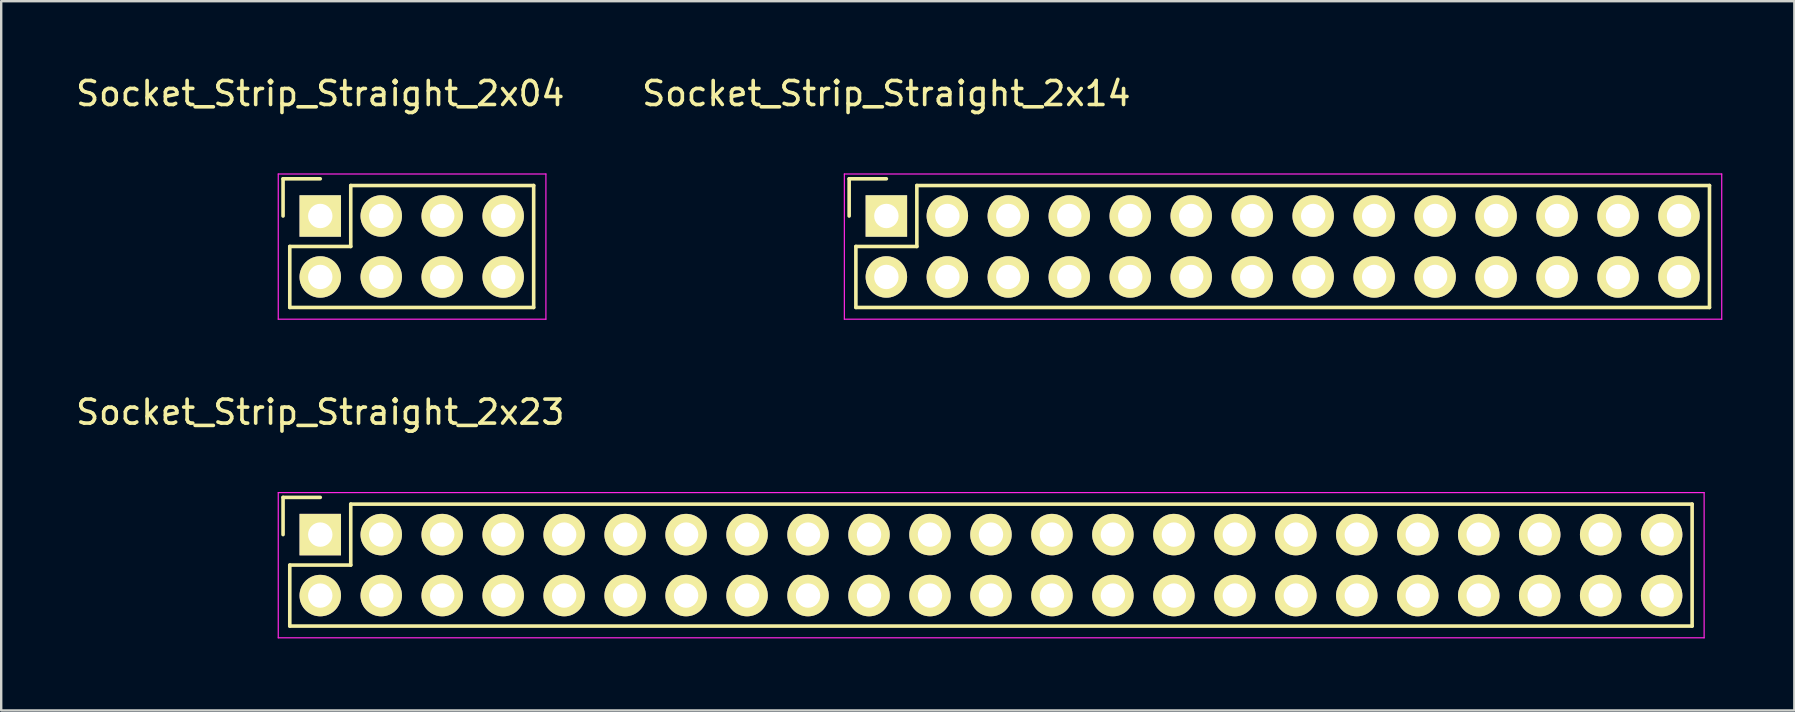
<source format=kicad_pcb>
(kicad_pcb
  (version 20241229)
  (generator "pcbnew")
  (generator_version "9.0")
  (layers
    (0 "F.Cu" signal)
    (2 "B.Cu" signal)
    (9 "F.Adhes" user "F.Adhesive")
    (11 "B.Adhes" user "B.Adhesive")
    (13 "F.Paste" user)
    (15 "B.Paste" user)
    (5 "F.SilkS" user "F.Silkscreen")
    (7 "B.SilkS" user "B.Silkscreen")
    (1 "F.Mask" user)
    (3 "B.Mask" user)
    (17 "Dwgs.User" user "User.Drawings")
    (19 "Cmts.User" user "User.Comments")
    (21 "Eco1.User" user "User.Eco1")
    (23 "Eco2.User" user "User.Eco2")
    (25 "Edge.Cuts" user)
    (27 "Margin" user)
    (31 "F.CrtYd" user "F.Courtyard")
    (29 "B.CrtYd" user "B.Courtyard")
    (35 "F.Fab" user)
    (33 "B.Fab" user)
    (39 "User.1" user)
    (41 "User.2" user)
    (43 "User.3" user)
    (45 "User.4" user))
  (footprint "Socket_Strip_Straight_2x14"
    (layer "F.Cu")
    (at 33.875 5.948)
    (property "Reference" "Socket_Strip_Straight_2x14" (at 0 -5.1 0) (layer "F.SilkS") (effects (font (size 1 1) (thickness 0.15))))
    (attr through_hole)
    (fp_line (start -1.55 -1.55) (end -1.55 0) (stroke (width 0.15) (type solid)) (layer "F.SilkS"))
    (fp_line (start -1.27 1.27) (end 1.27 1.27) (stroke (width 0.15) (type solid)) (layer "F.SilkS"))
    (fp_line (start -1.27 3.81) (end -1.27 1.27) (stroke (width 0.15) (type solid)) (layer "F.SilkS"))
    (fp_line (start 0 -1.55) (end -1.55 -1.55) (stroke (width 0.15) (type solid)) (layer "F.SilkS"))
    (fp_line (start 1.27 -1.27) (end 34.29 -1.27) (stroke (width 0.15) (type solid)) (layer "F.SilkS"))
    (fp_line (start 1.27 1.27) (end 1.27 -1.27) (stroke (width 0.15) (type solid)) (layer "F.SilkS"))
    (fp_line (start 34.29 3.81) (end -1.27 3.81) (stroke (width 0.15) (type solid)) (layer "F.SilkS"))
    (fp_line (start 34.29 3.81) (end 34.29 -1.27) (stroke (width 0.15) (type solid)) (layer "F.SilkS"))
    (fp_line (start -1.75 -1.75) (end -1.75 4.3) (stroke (width 0.05) (type solid)) (layer "F.CrtYd"))
    (fp_line (start -1.75 -1.75) (end 34.8 -1.75) (stroke (width 0.05) (type solid)) (layer "F.CrtYd"))
    (fp_line (start -1.75 4.3) (end 34.8 4.3) (stroke (width 0.05) (type solid)) (layer "F.CrtYd"))
    (fp_line (start 34.8 -1.75) (end 34.8 4.3) (stroke (width 0.05) (type solid)) (layer "F.CrtYd"))
    (pad "1" thru_hole rect (at 0 0) (size 1.727 1.727) (drill 1.016) (layers "*.Cu" "*.Mask" "F.SilkS"))
    (pad "2" thru_hole oval (at 0 2.54) (size 1.727 1.727) (drill 1.016) (layers "*.Cu" "*.Mask" "F.SilkS"))
    (pad "3" thru_hole oval (at 2.54 0) (size 1.727 1.727) (drill 1.016) (layers "*.Cu" "*.Mask" "F.SilkS"))
    (pad "4" thru_hole oval (at 2.54 2.54) (size 1.727 1.727) (drill 1.016) (layers "*.Cu" "*.Mask" "F.SilkS"))
    (pad "5" thru_hole oval (at 5.08 0) (size 1.727 1.727) (drill 1.016) (layers "*.Cu" "*.Mask" "F.SilkS"))
    (pad "6" thru_hole oval (at 5.08 2.54) (size 1.727 1.727) (drill 1.016) (layers "*.Cu" "*.Mask" "F.SilkS"))
    (pad "7" thru_hole oval (at 7.62 0) (size 1.727 1.727) (drill 1.016) (layers "*.Cu" "*.Mask" "F.SilkS"))
    (pad "8" thru_hole oval (at 7.62 2.54) (size 1.727 1.727) (drill 1.016) (layers "*.Cu" "*.Mask" "F.SilkS"))
    (pad "9" thru_hole oval (at 10.16 0) (size 1.727 1.727) (drill 1.016) (layers "*.Cu" "*.Mask" "F.SilkS"))
    (pad "10" thru_hole oval (at 10.16 2.54) (size 1.727 1.727) (drill 1.016) (layers "*.Cu" "*.Mask" "F.SilkS"))
    (pad "11" thru_hole oval (at 12.7 0) (size 1.727 1.727) (drill 1.016) (layers "*.Cu" "*.Mask" "F.SilkS"))
    (pad "12" thru_hole oval (at 12.7 2.54) (size 1.727 1.727) (drill 1.016) (layers "*.Cu" "*.Mask" "F.SilkS"))
    (pad "13" thru_hole oval (at 15.24 0) (size 1.727 1.727) (drill 1.016) (layers "*.Cu" "*.Mask" "F.SilkS"))
    (pad "14" thru_hole oval (at 15.24 2.54) (size 1.727 1.727) (drill 1.016) (layers "*.Cu" "*.Mask" "F.SilkS"))
    (pad "15" thru_hole oval (at 17.78 0) (size 1.727 1.727) (drill 1.016) (layers "*.Cu" "*.Mask" "F.SilkS"))
    (pad "16" thru_hole oval (at 17.78 2.54) (size 1.727 1.727) (drill 1.016) (layers "*.Cu" "*.Mask" "F.SilkS"))
    (pad "17" thru_hole oval (at 20.32 0) (size 1.727 1.727) (drill 1.016) (layers "*.Cu" "*.Mask" "F.SilkS"))
    (pad "18" thru_hole oval (at 20.32 2.54) (size 1.727 1.727) (drill 1.016) (layers "*.Cu" "*.Mask" "F.SilkS"))
    (pad "19" thru_hole oval (at 22.86 0) (size 1.727 1.727) (drill 1.016) (layers "*.Cu" "*.Mask" "F.SilkS"))
    (pad "20" thru_hole oval (at 22.86 2.54) (size 1.727 1.727) (drill 1.016) (layers "*.Cu" "*.Mask" "F.SilkS"))
    (pad "21" thru_hole oval (at 25.4 0) (size 1.727 1.727) (drill 1.016) (layers "*.Cu" "*.Mask" "F.SilkS"))
    (pad "22" thru_hole oval (at 25.4 2.54) (size 1.727 1.727) (drill 1.016) (layers "*.Cu" "*.Mask" "F.SilkS"))
    (pad "23" thru_hole oval (at 27.94 0) (size 1.727 1.727) (drill 1.016) (layers "*.Cu" "*.Mask" "F.SilkS"))
    (pad "24" thru_hole oval (at 27.94 2.54) (size 1.727 1.727) (drill 1.016) (layers "*.Cu" "*.Mask" "F.SilkS"))
    (pad "25" thru_hole oval (at 30.48 0) (size 1.727 1.727) (drill 1.016) (layers "*.Cu" "*.Mask" "F.SilkS"))
    (pad "26" thru_hole oval (at 30.48 2.54) (size 1.727 1.727) (drill 1.016) (layers "*.Cu" "*.Mask" "F.SilkS"))
    (pad "27" thru_hole oval (at 33.02 0) (size 1.727 1.727) (drill 1.016) (layers "*.Cu" "*.Mask" "F.SilkS"))
    (pad "28" thru_hole oval (at 33.02 2.54) (size 1.727 1.727) (drill 1.016) (layers "*.Cu" "*.Mask" "F.SilkS")))
  (footprint "Socket_Strip_Straight_2x23"
    (layer "F.Cu")
    (at 10.292 19.221)
    (property "Reference" "Socket_Strip_Straight_2x23" (at 0 -5.1 0) (layer "F.SilkS") (effects (font (size 1 1) (thickness 0.15))))
    (attr through_hole)
    (fp_line (start -1.55 -1.55) (end -1.55 0) (stroke (width 0.15) (type solid)) (layer "F.SilkS"))
    (fp_line (start -1.27 1.27) (end 1.27 1.27) (stroke (width 0.15) (type solid)) (layer "F.SilkS"))
    (fp_line (start -1.27 3.81) (end -1.27 1.27) (stroke (width 0.15) (type solid)) (layer "F.SilkS"))
    (fp_line (start 0 -1.55) (end -1.55 -1.55) (stroke (width 0.15) (type solid)) (layer "F.SilkS"))
    (fp_line (start 1.27 1.27) (end 1.27 -1.27) (stroke (width 0.15) (type solid)) (layer "F.SilkS"))
    (fp_line (start 57.15 -1.27) (end 1.27 -1.27) (stroke (width 0.15) (type solid)) (layer "F.SilkS"))
    (fp_line (start 57.15 3.81) (end -1.27 3.81) (stroke (width 0.15) (type solid)) (layer "F.SilkS"))
    (fp_line (start 57.15 3.81) (end 57.15 -1.27) (stroke (width 0.15) (type solid)) (layer "F.SilkS"))
    (fp_line (start -1.75 -1.75) (end -1.75 4.3) (stroke (width 0.05) (type solid)) (layer "F.CrtYd"))
    (fp_line (start -1.75 -1.75) (end 57.65 -1.75) (stroke (width 0.05) (type solid)) (layer "F.CrtYd"))
    (fp_line (start -1.75 4.3) (end 57.65 4.3) (stroke (width 0.05) (type solid)) (layer "F.CrtYd"))
    (fp_line (start 57.65 -1.75) (end 57.65 4.3) (stroke (width 0.05) (type solid)) (layer "F.CrtYd"))
    (pad "1" thru_hole rect (at 0 0) (size 1.727 1.727) (drill 1.016) (layers "*.Cu" "*.Mask" "F.SilkS"))
    (pad "2" thru_hole oval (at 0 2.54) (size 1.727 1.727) (drill 1.016) (layers "*.Cu" "*.Mask" "F.SilkS"))
    (pad "3" thru_hole oval (at 2.54 0) (size 1.727 1.727) (drill 1.016) (layers "*.Cu" "*.Mask" "F.SilkS"))
    (pad "4" thru_hole oval (at 2.54 2.54) (size 1.727 1.727) (drill 1.016) (layers "*.Cu" "*.Mask" "F.SilkS"))
    (pad "5" thru_hole oval (at 5.08 0) (size 1.727 1.727) (drill 1.016) (layers "*.Cu" "*.Mask" "F.SilkS"))
    (pad "6" thru_hole oval (at 5.08 2.54) (size 1.727 1.727) (drill 1.016) (layers "*.Cu" "*.Mask" "F.SilkS"))
    (pad "7" thru_hole oval (at 7.62 0) (size 1.727 1.727) (drill 1.016) (layers "*.Cu" "*.Mask" "F.SilkS"))
    (pad "8" thru_hole oval (at 7.62 2.54) (size 1.727 1.727) (drill 1.016) (layers "*.Cu" "*.Mask" "F.SilkS"))
    (pad "9" thru_hole oval (at 10.16 0) (size 1.727 1.727) (drill 1.016) (layers "*.Cu" "*.Mask" "F.SilkS"))
    (pad "10" thru_hole oval (at 10.16 2.54) (size 1.727 1.727) (drill 1.016) (layers "*.Cu" "*.Mask" "F.SilkS"))
    (pad "11" thru_hole oval (at 12.7 0) (size 1.727 1.727) (drill 1.016) (layers "*.Cu" "*.Mask" "F.SilkS"))
    (pad "12" thru_hole oval (at 12.7 2.54) (size 1.727 1.727) (drill 1.016) (layers "*.Cu" "*.Mask" "F.SilkS"))
    (pad "13" thru_hole oval (at 15.24 0) (size 1.727 1.727) (drill 1.016) (layers "*.Cu" "*.Mask" "F.SilkS"))
    (pad "14" thru_hole oval (at 15.24 2.54) (size 1.727 1.727) (drill 1.016) (layers "*.Cu" "*.Mask" "F.SilkS"))
    (pad "15" thru_hole oval (at 17.78 0) (size 1.727 1.727) (drill 1.016) (layers "*.Cu" "*.Mask" "F.SilkS"))
    (pad "16" thru_hole oval (at 17.78 2.54) (size 1.727 1.727) (drill 1.016) (layers "*.Cu" "*.Mask" "F.SilkS"))
    (pad "17" thru_hole oval (at 20.32 0) (size 1.727 1.727) (drill 1.016) (layers "*.Cu" "*.Mask" "F.SilkS"))
    (pad "18" thru_hole oval (at 20.32 2.54) (size 1.727 1.727) (drill 1.016) (layers "*.Cu" "*.Mask" "F.SilkS"))
    (pad "19" thru_hole oval (at 22.86 0) (size 1.727 1.727) (drill 1.016) (layers "*.Cu" "*.Mask" "F.SilkS"))
    (pad "20" thru_hole oval (at 22.86 2.54) (size 1.727 1.727) (drill 1.016) (layers "*.Cu" "*.Mask" "F.SilkS"))
    (pad "21" thru_hole oval (at 25.4 0) (size 1.727 1.727) (drill 1.016) (layers "*.Cu" "*.Mask" "F.SilkS"))
    (pad "22" thru_hole oval (at 25.4 2.54) (size 1.727 1.727) (drill 1.016) (layers "*.Cu" "*.Mask" "F.SilkS"))
    (pad "23" thru_hole oval (at 27.94 0) (size 1.727 1.727) (drill 1.016) (layers "*.Cu" "*.Mask" "F.SilkS"))
    (pad "24" thru_hole oval (at 27.94 2.54) (size 1.727 1.727) (drill 1.016) (layers "*.Cu" "*.Mask" "F.SilkS"))
    (pad "25" thru_hole oval (at 30.48 0) (size 1.727 1.727) (drill 1.016) (layers "*.Cu" "*.Mask" "F.SilkS"))
    (pad "26" thru_hole oval (at 30.48 2.54) (size 1.727 1.727) (drill 1.016) (layers "*.Cu" "*.Mask" "F.SilkS"))
    (pad "27" thru_hole oval (at 33.02 0) (size 1.727 1.727) (drill 1.016) (layers "*.Cu" "*.Mask" "F.SilkS"))
    (pad "28" thru_hole oval (at 33.02 2.54) (size 1.727 1.727) (drill 1.016) (layers "*.Cu" "*.Mask" "F.SilkS"))
    (pad "29" thru_hole oval (at 35.56 0) (size 1.727 1.727) (drill 1.016) (layers "*.Cu" "*.Mask" "F.SilkS"))
    (pad "30" thru_hole oval (at 35.56 2.54) (size 1.727 1.727) (drill 1.016) (layers "*.Cu" "*.Mask" "F.SilkS"))
    (pad "31" thru_hole oval (at 38.1 0) (size 1.727 1.727) (drill 1.016) (layers "*.Cu" "*.Mask" "F.SilkS"))
    (pad "32" thru_hole oval (at 38.1 2.54) (size 1.727 1.727) (drill 1.016) (layers "*.Cu" "*.Mask" "F.SilkS"))
    (pad "33" thru_hole oval (at 40.64 0) (size 1.727 1.727) (drill 1.016) (layers "*.Cu" "*.Mask" "F.SilkS"))
    (pad "34" thru_hole oval (at 40.64 2.54) (size 1.727 1.727) (drill 1.016) (layers "*.Cu" "*.Mask" "F.SilkS"))
    (pad "35" thru_hole oval (at 43.18 0) (size 1.727 1.727) (drill 1.016) (layers "*.Cu" "*.Mask" "F.SilkS"))
    (pad "36" thru_hole oval (at 43.18 2.54) (size 1.727 1.727) (drill 1.016) (layers "*.Cu" "*.Mask" "F.SilkS"))
    (pad "37" thru_hole oval (at 45.72 0) (size 1.727 1.727) (drill 1.016) (layers "*.Cu" "*.Mask" "F.SilkS"))
    (pad "38" thru_hole oval (at 45.72 2.54) (size 1.727 1.727) (drill 1.016) (layers "*.Cu" "*.Mask" "F.SilkS"))
    (pad "39" thru_hole oval (at 48.26 0) (size 1.727 1.727) (drill 1.016) (layers "*.Cu" "*.Mask" "F.SilkS"))
    (pad "40" thru_hole oval (at 48.26 2.54) (size 1.727 1.727) (drill 1.016) (layers "*.Cu" "*.Mask" "F.SilkS"))
    (pad "41" thru_hole oval (at 50.8 0) (size 1.727 1.727) (drill 1.016) (layers "*.Cu" "*.Mask" "F.SilkS"))
    (pad "42" thru_hole oval (at 50.8 2.54) (size 1.727 1.727) (drill 1.016) (layers "*.Cu" "*.Mask" "F.SilkS"))
    (pad "43" thru_hole oval (at 53.34 0) (size 1.727 1.727) (drill 1.016) (layers "*.Cu" "*.Mask" "F.SilkS"))
    (pad "44" thru_hole oval (at 53.34 2.54) (size 1.727 1.727) (drill 1.016) (layers "*.Cu" "*.Mask" "F.SilkS"))
    (pad "45" thru_hole oval (at 55.88 0) (size 1.727 1.727) (drill 1.016) (layers "*.Cu" "*.Mask" "F.SilkS"))
    (pad "46" thru_hole oval (at 55.88 2.54) (size 1.727 1.727) (drill 1.016) (layers "*.Cu" "*.Mask" "F.SilkS")))
  (footprint "Socket_Strip_Straight_2x04"
    (layer "F.Cu")
    (at 10.292 5.948)
    (property "Reference" "Socket_Strip_Straight_2x04" (at 0 -5.1 0) (layer "F.SilkS") (effects (font (size 1 1) (thickness 0.15))))
    (attr through_hole)
    (fp_line (start -1.55 -1.55) (end -1.55 0) (stroke (width 0.15) (type solid)) (layer "F.SilkS"))
    (fp_line (start -1.27 1.27) (end 1.27 1.27) (stroke (width 0.15) (type solid)) (layer "F.SilkS"))
    (fp_line (start -1.27 3.81) (end -1.27 1.27) (stroke (width 0.15) (type solid)) (layer "F.SilkS"))
    (fp_line (start 0 -1.55) (end -1.55 -1.55) (stroke (width 0.15) (type solid)) (layer "F.SilkS"))
    (fp_line (start 1.27 -1.27) (end 8.89 -1.27) (stroke (width 0.15) (type solid)) (layer "F.SilkS"))
    (fp_line (start 1.27 1.27) (end 1.27 -1.27) (stroke (width 0.15) (type solid)) (layer "F.SilkS"))
    (fp_line (start 8.89 -1.27) (end 8.89 3.81) (stroke (width 0.15) (type solid)) (layer "F.SilkS"))
    (fp_line (start 8.89 3.81) (end -1.27 3.81) (stroke (width 0.15) (type solid)) (layer "F.SilkS"))
    (fp_line (start -1.75 -1.75) (end -1.75 4.3) (stroke (width 0.05) (type solid)) (layer "F.CrtYd"))
    (fp_line (start -1.75 -1.75) (end 9.4 -1.75) (stroke (width 0.05) (type solid)) (layer "F.CrtYd"))
    (fp_line (start -1.75 4.3) (end 9.4 4.3) (stroke (width 0.05) (type solid)) (layer "F.CrtYd"))
    (fp_line (start 9.4 -1.75) (end 9.4 4.3) (stroke (width 0.05) (type solid)) (layer "F.CrtYd"))
    (pad "1" thru_hole rect (at 0 0) (size 1.727 1.727) (drill 1.016) (layers "*.Cu" "*.Mask" "F.SilkS"))
    (pad "2" thru_hole oval (at 0 2.54) (size 1.727 1.727) (drill 1.016) (layers "*.Cu" "*.Mask" "F.SilkS"))
    (pad "3" thru_hole oval (at 2.54 0) (size 1.727 1.727) (drill 1.016) (layers "*.Cu" "*.Mask" "F.SilkS"))
    (pad "4" thru_hole oval (at 2.54 2.54) (size 1.727 1.727) (drill 1.016) (layers "*.Cu" "*.Mask" "F.SilkS"))
    (pad "5" thru_hole oval (at 5.08 0) (size 1.727 1.727) (drill 1.016) (layers "*.Cu" "*.Mask" "F.SilkS"))
    (pad "6" thru_hole oval (at 5.08 2.54) (size 1.727 1.727) (drill 1.016) (layers "*.Cu" "*.Mask" "F.SilkS"))
    (pad "7" thru_hole oval (at 7.62 0) (size 1.727 1.727) (drill 1.016) (layers "*.Cu" "*.Mask" "F.SilkS"))
    (pad "8" thru_hole oval (at 7.62 2.54) (size 1.727 1.727) (drill 1.016) (layers "*.Cu" "*.Mask" "F.SilkS")))
  (gr_rect
    (start -3 -3)
    (end 71.7 26.547)
    (stroke (width 0.1) (type default))
    (fill no)
    (layer "Edge.Cuts")))
</source>
